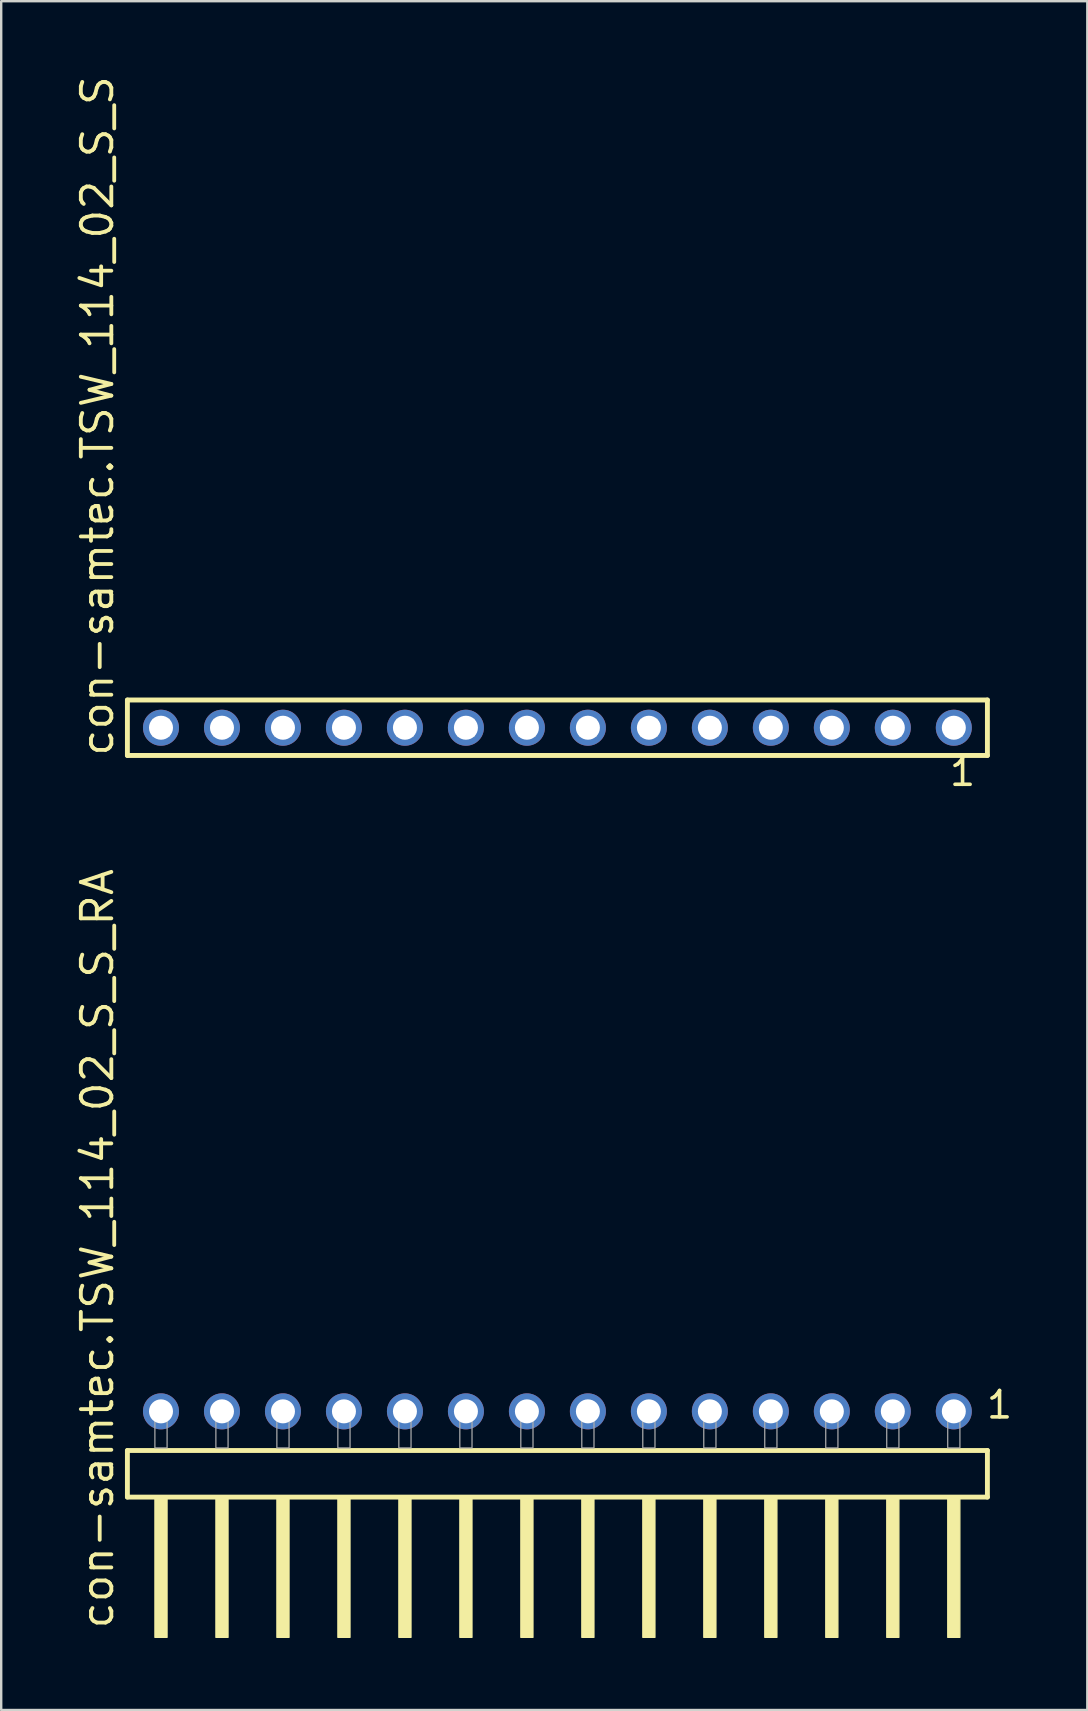
<source format=kicad_pcb>
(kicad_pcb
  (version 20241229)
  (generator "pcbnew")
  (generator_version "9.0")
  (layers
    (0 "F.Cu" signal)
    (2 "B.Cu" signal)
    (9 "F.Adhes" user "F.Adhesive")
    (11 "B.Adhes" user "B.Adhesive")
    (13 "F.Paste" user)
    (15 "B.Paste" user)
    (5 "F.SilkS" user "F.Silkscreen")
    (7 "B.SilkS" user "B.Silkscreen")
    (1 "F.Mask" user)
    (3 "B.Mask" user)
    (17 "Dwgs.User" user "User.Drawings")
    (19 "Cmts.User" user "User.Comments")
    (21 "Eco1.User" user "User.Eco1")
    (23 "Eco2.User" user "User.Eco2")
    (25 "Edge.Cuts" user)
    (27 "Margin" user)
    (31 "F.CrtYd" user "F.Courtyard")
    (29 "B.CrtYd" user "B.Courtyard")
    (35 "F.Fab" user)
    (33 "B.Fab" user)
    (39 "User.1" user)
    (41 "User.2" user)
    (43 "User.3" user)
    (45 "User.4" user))
  (footprint "con-samtec.TSW_114_02_S_S"
    (layer "F.Cu")
    (at 20.165 27.259)
    (property "Reference" "con-samtec.TSW_114_02_S_S" (at -18.415 1.27 90) (layer "F.SilkS") (effects (font (size 1.27 1.27) (thickness 0.16)) (justify left bottom)))
    (attr through_hole)
    (fp_line (start -17.909 -1.155) (end 17.909 -1.155) (stroke (width 0.203) (type default)) (layer "F.SilkS"))
    (fp_line (start -17.909 1.155) (end -17.909 -1.155) (stroke (width 0.203) (type default)) (layer "F.SilkS"))
    (fp_line (start 17.909 -1.155) (end 17.909 1.155) (stroke (width 0.203) (type default)) (layer "F.SilkS"))
    (fp_line (start 17.909 1.155) (end -17.909 1.155) (stroke (width 0.203) (type default)) (layer "F.SilkS"))
    (fp_rect (start -16.86 0.35) (end -16.16 -0.35) (stroke (width 0.05) (type default)) (fill no) (layer "F.Fab"))
    (fp_rect (start -14.32 0.35) (end -13.62 -0.35) (stroke (width 0.05) (type default)) (fill no) (layer "F.Fab"))
    (fp_rect (start -11.78 0.35) (end -11.08 -0.35) (stroke (width 0.05) (type default)) (fill no) (layer "F.Fab"))
    (fp_rect (start -9.24 0.35) (end -8.54 -0.35) (stroke (width 0.05) (type default)) (fill no) (layer "F.Fab"))
    (fp_rect (start -6.7 0.35) (end -6 -0.35) (stroke (width 0.05) (type default)) (fill no) (layer "F.Fab"))
    (fp_rect (start -4.16 0.35) (end -3.46 -0.35) (stroke (width 0.05) (type default)) (fill no) (layer "F.Fab"))
    (fp_rect (start -1.62 0.35) (end -0.92 -0.35) (stroke (width 0.05) (type default)) (fill no) (layer "F.Fab"))
    (fp_rect (start 0.92 0.35) (end 1.62 -0.35) (stroke (width 0.05) (type default)) (fill no) (layer "F.Fab"))
    (fp_rect (start 3.46 0.35) (end 4.16 -0.35) (stroke (width 0.05) (type default)) (fill no) (layer "F.Fab"))
    (fp_rect (start 6 0.35) (end 6.7 -0.35) (stroke (width 0.05) (type default)) (fill no) (layer "F.Fab"))
    (fp_rect (start 8.54 0.35) (end 9.24 -0.35) (stroke (width 0.05) (type default)) (fill no) (layer "F.Fab"))
    (fp_rect (start 11.08 0.35) (end 11.78 -0.35) (stroke (width 0.05) (type default)) (fill no) (layer "F.Fab"))
    (fp_rect (start 13.62 0.35) (end 14.32 -0.35) (stroke (width 0.05) (type default)) (fill no) (layer "F.Fab"))
    (fp_rect (start 16.16 0.35) (end 16.86 -0.35) (stroke (width 0.05) (type default)) (fill no) (layer "F.Fab"))
    (fp_text user "1" (at 16.252 2.498 0) (layer "F.SilkS") (effects (font (size 1.1 1.1) (thickness 0.15)) (justify left bottom)))
    (pad "1" thru_hole circle (at 16.51 0 180) (size 1.5 1.5) (drill 1) (layers "*.Cu" "*.Mask"))
    (pad "2" thru_hole circle (at 13.97 0 180) (size 1.5 1.5) (drill 1) (layers "*.Cu" "*.Mask"))
    (pad "3" thru_hole circle (at 11.43 0 180) (size 1.5 1.5) (drill 1) (layers "*.Cu" "*.Mask"))
    (pad "4" thru_hole circle (at 8.89 0 180) (size 1.5 1.5) (drill 1) (layers "*.Cu" "*.Mask"))
    (pad "5" thru_hole circle (at 6.35 0 180) (size 1.5 1.5) (drill 1) (layers "*.Cu" "*.Mask"))
    (pad "6" thru_hole circle (at 3.81 0 180) (size 1.5 1.5) (drill 1) (layers "*.Cu" "*.Mask"))
    (pad "7" thru_hole circle (at 1.27 0 180) (size 1.5 1.5) (drill 1) (layers "*.Cu" "*.Mask"))
    (pad "8" thru_hole circle (at -1.27 0 180) (size 1.5 1.5) (drill 1) (layers "*.Cu" "*.Mask"))
    (pad "9" thru_hole circle (at -3.81 0 180) (size 1.5 1.5) (drill 1) (layers "*.Cu" "*.Mask"))
    (pad "10" thru_hole circle (at -6.35 0 180) (size 1.5 1.5) (drill 1) (layers "*.Cu" "*.Mask"))
    (pad "11" thru_hole circle (at -8.89 0 180) (size 1.5 1.5) (drill 1) (layers "*.Cu" "*.Mask"))
    (pad "12" thru_hole circle (at -11.43 0 180) (size 1.5 1.5) (drill 1) (layers "*.Cu" "*.Mask"))
    (pad "13" thru_hole circle (at -13.97 0 180) (size 1.5 1.5) (drill 1) (layers "*.Cu" "*.Mask"))
    (pad "14" thru_hole circle (at -16.51 0 180) (size 1.5 1.5) (drill 1) (layers "*.Cu" "*.Mask")))
  (footprint "con-samtec.TSW_114_02_S_S_RA"
    (layer "F.Cu")
    (at 20.165 57.255)
    (property "Reference" "con-samtec.TSW_114_02_S_S_RA" (at -18.415 7.62 90) (layer "F.SilkS") (effects (font (size 1.27 1.27) (thickness 0.16)) (justify left bottom)))
    (attr through_hole)
    (fp_line (start -17.909 0.106) (end -17.909 2.046) (stroke (width 0.203) (type default)) (layer "F.SilkS"))
    (fp_line (start -17.909 2.046) (end 17.909 2.046) (stroke (width 0.203) (type default)) (layer "F.SilkS"))
    (fp_line (start 17.909 0.106) (end -17.909 0.106) (stroke (width 0.203) (type default)) (layer "F.SilkS"))
    (fp_line (start 17.909 2.046) (end 17.909 0.106) (stroke (width 0.203) (type default)) (layer "F.SilkS"))
    (fp_rect (start -16.764 7.89) (end -16.256 2.04) (stroke (width 0.05) (type default)) (fill yes) (layer "F.SilkS"))
    (fp_rect (start -14.224 7.89) (end -13.716 2.04) (stroke (width 0.05) (type default)) (fill yes) (layer "F.SilkS"))
    (fp_rect (start -11.684 7.89) (end -11.176 2.04) (stroke (width 0.05) (type default)) (fill yes) (layer "F.SilkS"))
    (fp_rect (start -9.144 7.89) (end -8.636 2.04) (stroke (width 0.05) (type default)) (fill yes) (layer "F.SilkS"))
    (fp_rect (start -6.604 7.89) (end -6.096 2.04) (stroke (width 0.05) (type default)) (fill yes) (layer "F.SilkS"))
    (fp_rect (start -4.064 7.89) (end -3.556 2.04) (stroke (width 0.05) (type default)) (fill yes) (layer "F.SilkS"))
    (fp_rect (start -1.524 7.89) (end -1.016 2.04) (stroke (width 0.05) (type default)) (fill yes) (layer "F.SilkS"))
    (fp_rect (start 1.016 7.89) (end 1.524 2.04) (stroke (width 0.05) (type default)) (fill yes) (layer "F.SilkS"))
    (fp_rect (start 3.556 7.89) (end 4.064 2.04) (stroke (width 0.05) (type default)) (fill yes) (layer "F.SilkS"))
    (fp_rect (start 6.096 7.89) (end 6.604 2.04) (stroke (width 0.05) (type default)) (fill yes) (layer "F.SilkS"))
    (fp_rect (start 8.636 7.89) (end 9.144 2.04) (stroke (width 0.05) (type default)) (fill yes) (layer "F.SilkS"))
    (fp_rect (start 11.176 7.89) (end 11.684 2.04) (stroke (width 0.05) (type default)) (fill yes) (layer "F.SilkS"))
    (fp_rect (start 13.716 7.89) (end 14.224 2.04) (stroke (width 0.05) (type default)) (fill yes) (layer "F.SilkS"))
    (fp_rect (start 16.256 7.89) (end 16.764 2.04) (stroke (width 0.05) (type default)) (fill yes) (layer "F.SilkS"))
    (fp_rect (start -16.764 0) (end -16.256 -1.778) (stroke (width 0.05) (type default)) (fill no) (layer "F.Fab"))
    (fp_rect (start -14.224 0) (end -13.716 -1.778) (stroke (width 0.05) (type default)) (fill no) (layer "F.Fab"))
    (fp_rect (start -11.684 0) (end -11.176 -1.778) (stroke (width 0.05) (type default)) (fill no) (layer "F.Fab"))
    (fp_rect (start -9.144 0) (end -8.636 -1.778) (stroke (width 0.05) (type default)) (fill no) (layer "F.Fab"))
    (fp_rect (start -6.604 0) (end -6.096 -1.778) (stroke (width 0.05) (type default)) (fill no) (layer "F.Fab"))
    (fp_rect (start -4.064 0) (end -3.556 -1.778) (stroke (width 0.05) (type default)) (fill no) (layer "F.Fab"))
    (fp_rect (start -1.524 0) (end -1.016 -1.778) (stroke (width 0.05) (type default)) (fill no) (layer "F.Fab"))
    (fp_rect (start 1.016 0) (end 1.524 -1.778) (stroke (width 0.05) (type default)) (fill no) (layer "F.Fab"))
    (fp_rect (start 3.556 0) (end 4.064 -1.778) (stroke (width 0.05) (type default)) (fill no) (layer "F.Fab"))
    (fp_rect (start 6.096 0) (end 6.604 -1.778) (stroke (width 0.05) (type default)) (fill no) (layer "F.Fab"))
    (fp_rect (start 8.636 0) (end 9.144 -1.778) (stroke (width 0.05) (type default)) (fill no) (layer "F.Fab"))
    (fp_rect (start 11.176 0) (end 11.684 -1.778) (stroke (width 0.05) (type default)) (fill no) (layer "F.Fab"))
    (fp_rect (start 13.716 0) (end 14.224 -1.778) (stroke (width 0.05) (type default)) (fill no) (layer "F.Fab"))
    (fp_rect (start 16.256 0) (end 16.764 -1.778) (stroke (width 0.05) (type default)) (fill no) (layer "F.Fab"))
    (fp_text user "1" (at 17.792 -1.152 0) (layer "F.SilkS") (effects (font (size 1.1 1.1) (thickness 0.15)) (justify left bottom)))
    (pad "1" thru_hole circle (at 16.51 -1.524 180) (size 1.5 1.5) (drill 1) (layers "*.Cu" "*.Mask"))
    (pad "2" thru_hole circle (at 13.97 -1.524 180) (size 1.5 1.5) (drill 1) (layers "*.Cu" "*.Mask"))
    (pad "3" thru_hole circle (at 11.43 -1.524 180) (size 1.5 1.5) (drill 1) (layers "*.Cu" "*.Mask"))
    (pad "4" thru_hole circle (at 8.89 -1.524 180) (size 1.5 1.5) (drill 1) (layers "*.Cu" "*.Mask"))
    (pad "5" thru_hole circle (at 6.35 -1.524 180) (size 1.5 1.5) (drill 1) (layers "*.Cu" "*.Mask"))
    (pad "6" thru_hole circle (at 3.81 -1.524 180) (size 1.5 1.5) (drill 1) (layers "*.Cu" "*.Mask"))
    (pad "7" thru_hole circle (at 1.27 -1.524 180) (size 1.5 1.5) (drill 1) (layers "*.Cu" "*.Mask"))
    (pad "8" thru_hole circle (at -1.27 -1.524 180) (size 1.5 1.5) (drill 1) (layers "*.Cu" "*.Mask"))
    (pad "9" thru_hole circle (at -3.81 -1.524 180) (size 1.5 1.5) (drill 1) (layers "*.Cu" "*.Mask"))
    (pad "10" thru_hole circle (at -6.35 -1.524 180) (size 1.5 1.5) (drill 1) (layers "*.Cu" "*.Mask"))
    (pad "11" thru_hole circle (at -8.89 -1.524 180) (size 1.5 1.5) (drill 1) (layers "*.Cu" "*.Mask"))
    (pad "12" thru_hole circle (at -11.43 -1.524 180) (size 1.5 1.5) (drill 1) (layers "*.Cu" "*.Mask"))
    (pad "13" thru_hole circle (at -13.97 -1.524 180) (size 1.5 1.5) (drill 1) (layers "*.Cu" "*.Mask"))
    (pad "14" thru_hole circle (at -16.51 -1.524 180) (size 1.5 1.5) (drill 1) (layers "*.Cu" "*.Mask")))
  (gr_rect
    (start -3 -3)
    (end 42.235 68.17)
    (stroke (width 0.1) (type default))
    (fill no)
    (layer "Edge.Cuts")))
</source>
